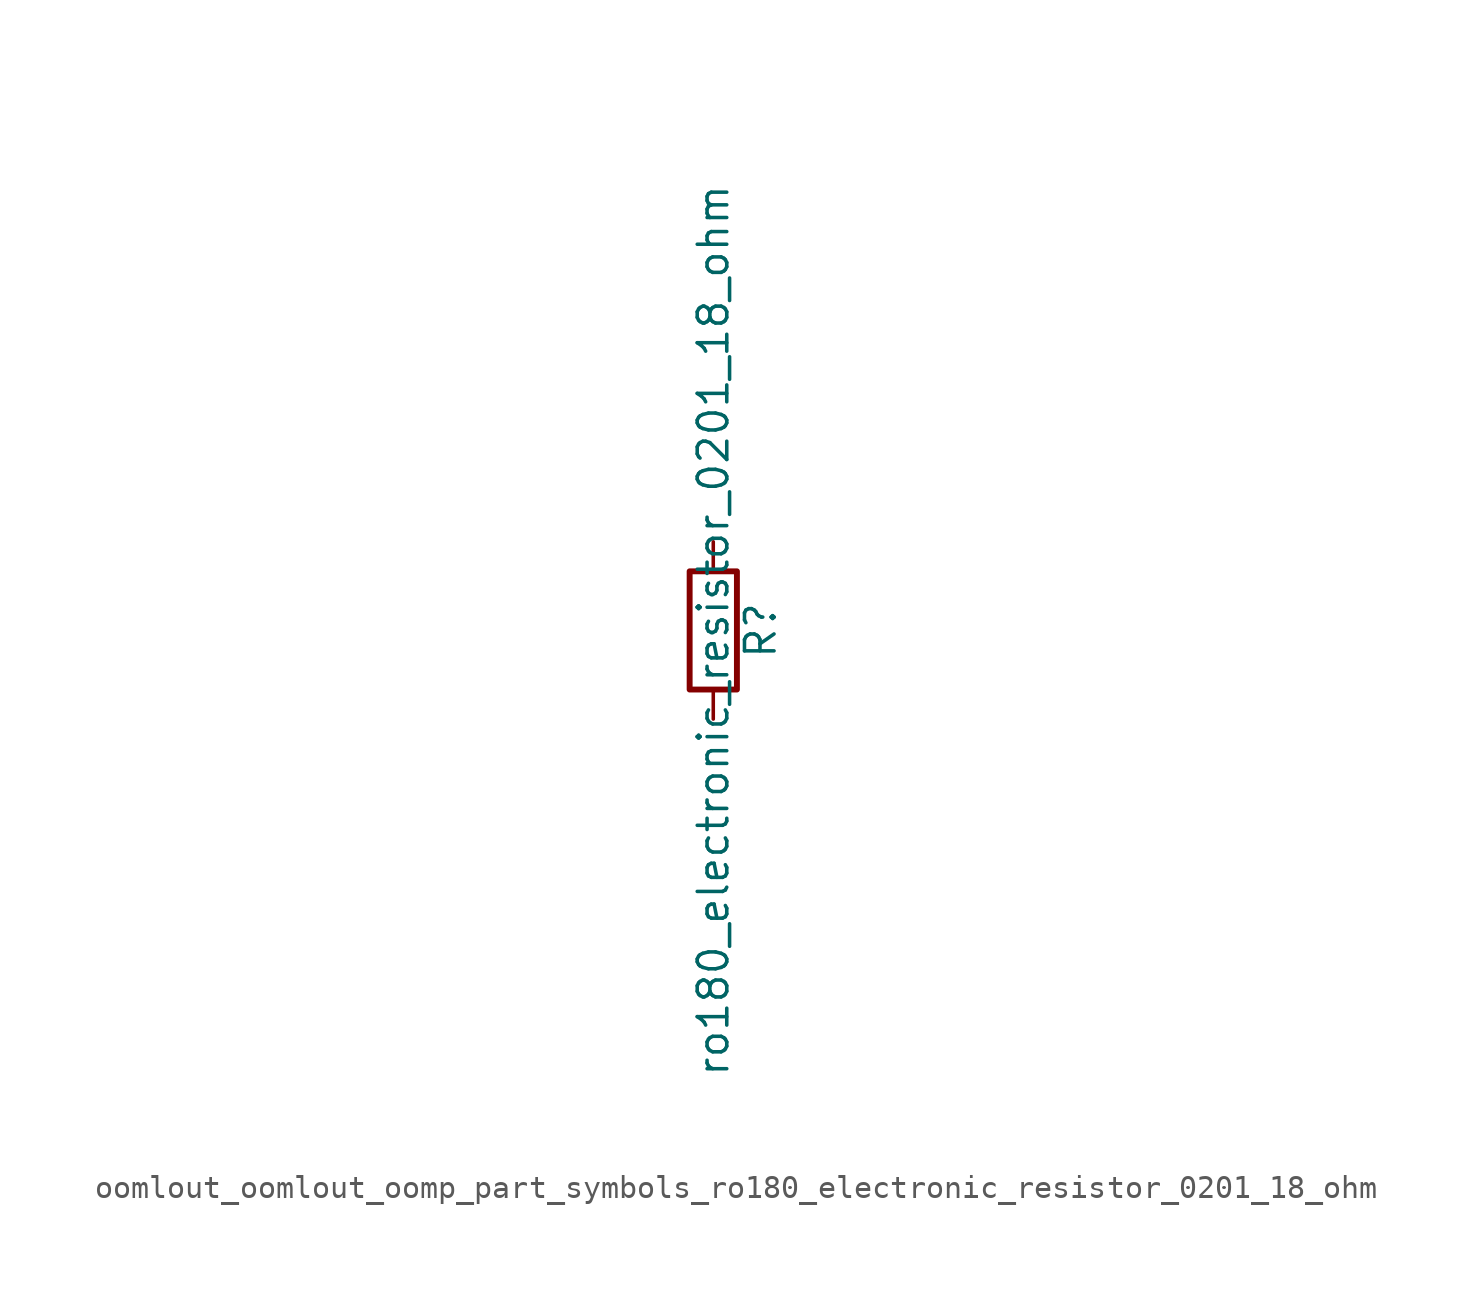
<source format=kicad_sym>
(kicad_symbol_lib
  (version 20220914)
  (generator kicad_symbol_editor)
  (symbol "oomlout_oomlout_oomp_part_symbols_ro180_electronic_resistor_0201_18_ohm"
    (pin_numbers hide)
    (pin_names
      (offset 0))
    (property "Reference" "R"
      (at 2.032 0 90)
      (effects (font (size 1.27 1.27))))
    (property "Value" "ro180_electronic_resistor_0201_18_ohm"
      (at 0 0 90)
      (effects (font (size 1.27 1.27))))
    (symbol "oomlout_oomlout_oomp_part_symbols_ro180_electronic_resistor_0201_18_ohm_0_1"
      (rectangle (start -1.016 -2.54) (end 1.016 2.54) (stroke (width 0.254) (type default)) (fill (type none))))
    (symbol "oomlout_oomlout_oomp_part_symbols_ro180_electronic_resistor_0201_18_ohm_1_1"
      (pin passive line (at 0 3.81 270) (length 1.27) (name "~" (effects (font (size 1.27 1.27)))) (number "1" (effects (font (size 1.27 1.27)))))
      (pin passive line (at 0 -3.81 90) (length 1.27) (name "~" (effects (font (size 1.27 1.27)))) (number "2" (effects (font (size 1.27 1.27))))))))
</source>
